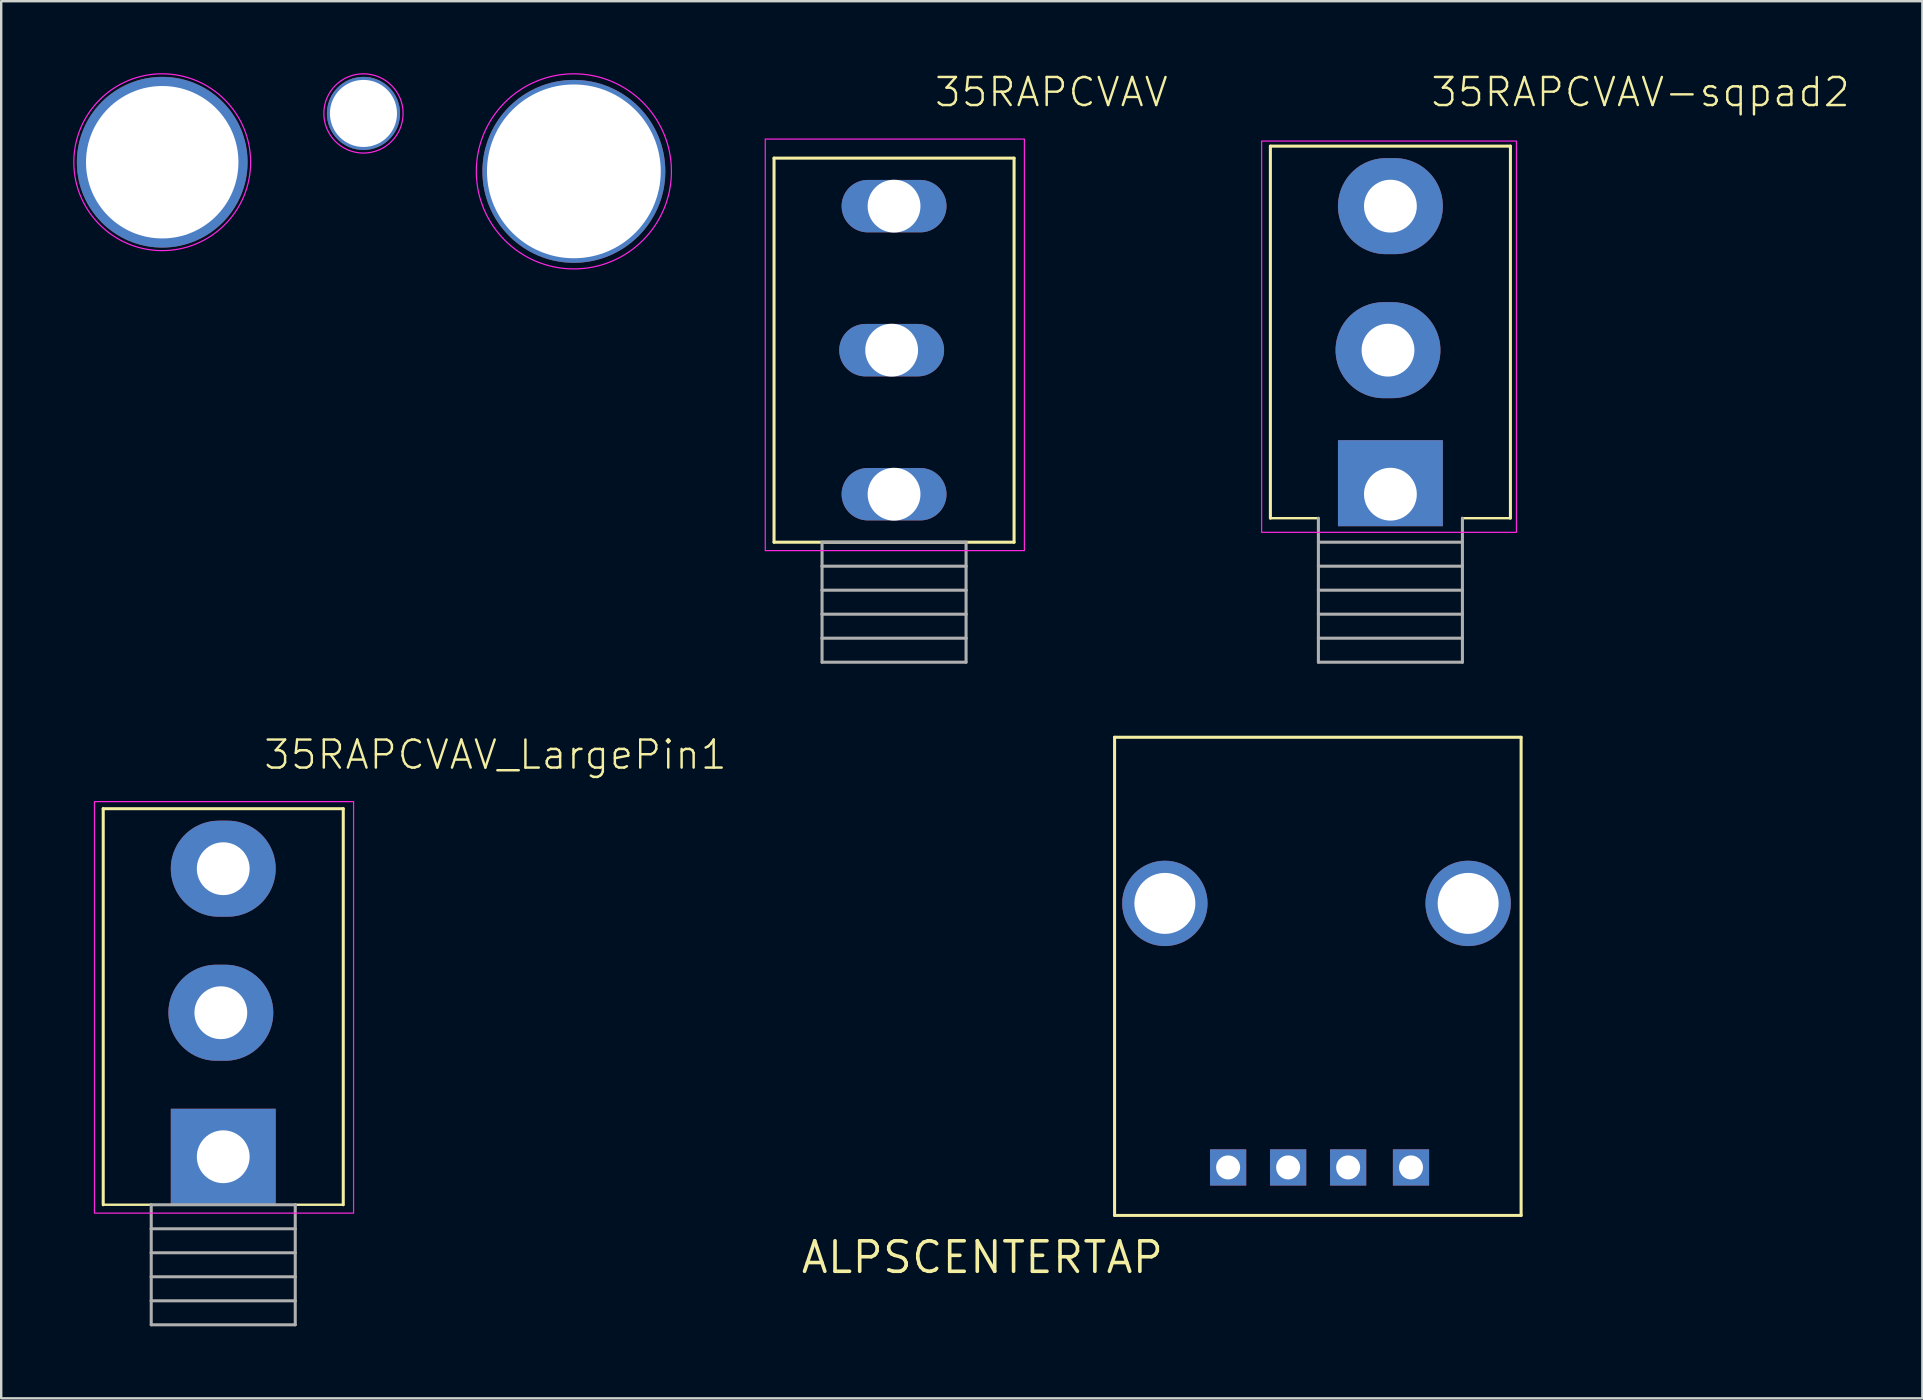
<source format=kicad_pcb>
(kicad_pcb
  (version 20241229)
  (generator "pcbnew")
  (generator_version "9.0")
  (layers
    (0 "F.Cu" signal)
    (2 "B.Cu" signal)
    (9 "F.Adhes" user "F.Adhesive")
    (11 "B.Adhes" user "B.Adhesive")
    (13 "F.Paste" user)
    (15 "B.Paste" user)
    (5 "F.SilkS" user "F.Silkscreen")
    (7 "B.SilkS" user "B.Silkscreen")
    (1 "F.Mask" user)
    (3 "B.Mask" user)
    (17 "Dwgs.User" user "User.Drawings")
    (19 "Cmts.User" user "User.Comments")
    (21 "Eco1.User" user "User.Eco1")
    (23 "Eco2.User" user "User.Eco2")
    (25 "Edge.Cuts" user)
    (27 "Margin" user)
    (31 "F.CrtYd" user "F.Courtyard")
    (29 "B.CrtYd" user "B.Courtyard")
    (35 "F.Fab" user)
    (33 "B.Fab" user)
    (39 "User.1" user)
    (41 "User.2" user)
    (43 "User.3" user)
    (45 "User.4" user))
  (footprint "15mm pot mounting hole"
    (layer "F.Cu")
    (at 20.857 4.089)
    (property "Reference" "15mm pot mounting hole" (at 0 1.801 0) (layer "User.6") (effects (font (size 1 1) (thickness 0.15))))
    (attr through_hole)
    (fp_circle (center 0 0) (end 4.064 0) (stroke (width 0.05) (type solid)) (fill no) (layer "F.CrtYd"))
    (fp_circle (center 0 0) (end 0.65 -0.05) (stroke (width 0.12) (type solid)) (fill no) (layer "F.Fab"))
    (fp_circle (center 0 0) (end 1.25 -0.05) (stroke (width 0.12) (type solid)) (fill no) (layer "F.Fab"))
    (pad "1" thru_hole circle (at 0 0) (size 7.62 7.62) (drill 7.239) (layers "*.Cu" "*.Mask")))
  (footprint "35RAPCVAV-sqpad2"
    (layer "F.Cu")
    (at 48.874 13.538)
    (property "Reference" "35RAPCVAV-sqpad2" (at 7.62 -12.065 0) (unlocked yes) (layer "F.SilkS") (effects (font (size 1.168 1.168) (thickness 0.102)) (justify left bottom)))
    (attr through_hole)
    (fp_line (start 1 -10.5) (end 1 5) (stroke (width 0.127) (type solid)) (layer "F.SilkS"))
    (fp_line (start 1 5) (end 3 5) (stroke (width 0.1) (type default)) (layer "F.SilkS"))
    (fp_line (start 11 -10.5) (end 1 -10.5) (stroke (width 0.127) (type solid)) (layer "F.SilkS"))
    (fp_line (start 11 5) (end 9 5) (stroke (width 0.1) (type default)) (layer "F.SilkS"))
    (fp_line (start 11 5) (end 11 -10.5) (stroke (width 0.127) (type solid)) (layer "F.SilkS"))
    (fp_rect (start 0.635 -10.711) (end 11.25 5.588) (stroke (width 0.05) (type default)) (fill no) (layer "F.CrtYd"))
    (fp_line (start 3 5) (end 3 7) (stroke (width 0.127) (type solid)) (layer "F.Fab"))
    (fp_line (start 3 7) (end 3 8) (stroke (width 0.127) (type solid)) (layer "F.Fab"))
    (fp_line (start 3 7) (end 9 7) (stroke (width 0.127) (type solid)) (layer "F.Fab"))
    (fp_line (start 3 8) (end 3 9) (stroke (width 0.127) (type solid)) (layer "F.Fab"))
    (fp_line (start 3 9) (end 3 10) (stroke (width 0.127) (type solid)) (layer "F.Fab"))
    (fp_line (start 3 9) (end 9 9) (stroke (width 0.127) (type solid)) (layer "F.Fab"))
    (fp_line (start 3 10) (end 3 11) (stroke (width 0.127) (type solid)) (layer "F.Fab"))
    (fp_line (start 3 11) (end 9 11) (stroke (width 0.127) (type solid)) (layer "F.Fab"))
    (fp_line (start 9 6) (end 3 6) (stroke (width 0.127) (type solid)) (layer "F.Fab"))
    (fp_line (start 9 7) (end 9 5) (stroke (width 0.127) (type solid)) (layer "F.Fab"))
    (fp_line (start 9 7) (end 9 8) (stroke (width 0.127) (type solid)) (layer "F.Fab"))
    (fp_line (start 9 8) (end 3 8) (stroke (width 0.127) (type solid)) (layer "F.Fab"))
    (fp_line (start 9 9) (end 9 8) (stroke (width 0.127) (type solid)) (layer "F.Fab"))
    (fp_line (start 9 9) (end 9 10) (stroke (width 0.127) (type solid)) (layer "F.Fab"))
    (fp_line (start 9 10) (end 3 10) (stroke (width 0.127) (type solid)) (layer "F.Fab"))
    (fp_line (start 9 11) (end 9 10) (stroke (width 0.127) (type solid)) (layer "F.Fab"))
    (pad "1" thru_hole rect (at 6 4 180) (size 4.369 3.584) (drill 2.2 (offset 0 0.458)) (layers "*.Cu" "*.Mask"))
    (pad "2" thru_hole oval (at 5.9 -2 180) (size 4.369 4) (drill 2.2) (layers "*.Cu" "*.Mask"))
    (pad "3" thru_hole oval (at 6 -8 180) (size 4.369 4) (drill 2.2) (layers "*.Cu" "*.Mask")))
  (footprint "35RAPCVAV_LargePin1"
    (layer "F.Cu")
    (at 0.25 41.14)
    (property "Reference" "35RAPCVAV_LargePin1" (at 7.62 -12.065 0) (unlocked yes) (layer "F.SilkS") (effects (font (size 1.168 1.168) (thickness 0.102)) (justify left bottom)))
    (fp_line (start 1 -10.5) (end 1 6) (stroke (width 0.127) (type solid)) (layer "F.SilkS"))
    (fp_line (start 1 6) (end 3 6) (stroke (width 0.1) (type default)) (layer "F.SilkS"))
    (fp_line (start 11 -10.5) (end 1 -10.5) (stroke (width 0.127) (type solid)) (layer "F.SilkS"))
    (fp_line (start 11 6) (end 9 6) (stroke (width 0.1) (type default)) (layer "F.SilkS"))
    (fp_line (start 11 6) (end 11 -10.5) (stroke (width 0.127) (type solid)) (layer "F.SilkS"))
    (fp_rect (start 0.635 -10.795) (end 11.43 6.35) (stroke (width 0.05) (type default)) (fill no) (layer "F.CrtYd"))
    (fp_line (start 3 6) (end 3 7) (stroke (width 0.127) (type solid)) (layer "F.Fab"))
    (fp_line (start 3 7) (end 3 8) (stroke (width 0.127) (type solid)) (layer "F.Fab"))
    (fp_line (start 3 7) (end 9 7) (stroke (width 0.127) (type solid)) (layer "F.Fab"))
    (fp_line (start 3 8) (end 3 9) (stroke (width 0.127) (type solid)) (layer "F.Fab"))
    (fp_line (start 3 9) (end 3 10) (stroke (width 0.127) (type solid)) (layer "F.Fab"))
    (fp_line (start 3 9) (end 9 9) (stroke (width 0.127) (type solid)) (layer "F.Fab"))
    (fp_line (start 3 10) (end 3 11) (stroke (width 0.127) (type solid)) (layer "F.Fab"))
    (fp_line (start 3 11) (end 9 11) (stroke (width 0.127) (type solid)) (layer "F.Fab"))
    (fp_line (start 9 6) (end 3 6) (stroke (width 0.127) (type solid)) (layer "F.Fab"))
    (fp_line (start 9 7) (end 9 6) (stroke (width 0.127) (type solid)) (layer "F.Fab"))
    (fp_line (start 9 7) (end 9 8) (stroke (width 0.127) (type solid)) (layer "F.Fab"))
    (fp_line (start 9 8) (end 3 8) (stroke (width 0.127) (type solid)) (layer "F.Fab"))
    (fp_line (start 9 9) (end 9 8) (stroke (width 0.127) (type solid)) (layer "F.Fab"))
    (fp_line (start 9 9) (end 9 10) (stroke (width 0.127) (type solid)) (layer "F.Fab"))
    (fp_line (start 9 10) (end 3 10) (stroke (width 0.127) (type solid)) (layer "F.Fab"))
    (fp_line (start 9 11) (end 9 10) (stroke (width 0.127) (type solid)) (layer "F.Fab"))
    (pad "1" thru_hole rect (at 6 4 180) (size 4.369 4) (drill 2.2) (layers "*.Cu" "*.Mask"))
    (pad "2" thru_hole oval (at 5.9 -2 180) (size 4.369 4) (drill 2.2) (layers "*.Cu" "*.Mask"))
    (pad "3" thru_hole oval (at 6 -8 180) (size 4.369 4) (drill 2.2) (layers "*.Cu" "*.Mask")))
  (footprint "35RAPCVAV"
    (layer "F.Cu")
    (at 28.196 13.538)
    (property "Reference" "35RAPCVAV" (at 7.62 -12.065 0) (unlocked yes) (layer "F.SilkS") (effects (font (size 1.168 1.168) (thickness 0.102)) (justify left bottom)))
    (fp_line (start 1 -10) (end 1 6) (stroke (width 0.127) (type solid)) (layer "F.SilkS"))
    (fp_line (start 1 6) (end 11 6) (stroke (width 0.127) (type solid)) (layer "F.SilkS"))
    (fp_line (start 11 -10) (end 1 -10) (stroke (width 0.127) (type solid)) (layer "F.SilkS"))
    (fp_line (start 11 6) (end 11 -10) (stroke (width 0.127) (type solid)) (layer "F.SilkS"))
    (fp_rect (start 0.635 -10.795) (end 11.43 6.35) (stroke (width 0.05) (type default)) (fill no) (layer "F.CrtYd"))
    (fp_line (start 3 6) (end 3 7) (stroke (width 0.127) (type solid)) (layer "F.Fab"))
    (fp_line (start 3 7) (end 3 8) (stroke (width 0.127) (type solid)) (layer "F.Fab"))
    (fp_line (start 3 7) (end 9 7) (stroke (width 0.127) (type solid)) (layer "F.Fab"))
    (fp_line (start 3 8) (end 3 9) (stroke (width 0.127) (type solid)) (layer "F.Fab"))
    (fp_line (start 3 9) (end 3 10) (stroke (width 0.127) (type solid)) (layer "F.Fab"))
    (fp_line (start 3 9) (end 9 9) (stroke (width 0.127) (type solid)) (layer "F.Fab"))
    (fp_line (start 3 10) (end 3 11) (stroke (width 0.127) (type solid)) (layer "F.Fab"))
    (fp_line (start 3 11) (end 9 11) (stroke (width 0.127) (type solid)) (layer "F.Fab"))
    (fp_line (start 9 6) (end 3 6) (stroke (width 0.127) (type solid)) (layer "F.Fab"))
    (fp_line (start 9 7) (end 9 6) (stroke (width 0.127) (type solid)) (layer "F.Fab"))
    (fp_line (start 9 7) (end 9 8) (stroke (width 0.127) (type solid)) (layer "F.Fab"))
    (fp_line (start 9 8) (end 3 8) (stroke (width 0.127) (type solid)) (layer "F.Fab"))
    (fp_line (start 9 9) (end 9 8) (stroke (width 0.127) (type solid)) (layer "F.Fab"))
    (fp_line (start 9 9) (end 9 10) (stroke (width 0.127) (type solid)) (layer "F.Fab"))
    (fp_line (start 9 10) (end 3 10) (stroke (width 0.127) (type solid)) (layer "F.Fab"))
    (fp_line (start 9 11) (end 9 10) (stroke (width 0.127) (type solid)) (layer "F.Fab"))
    (pad "1" thru_hole oval (at 6 4 180) (size 4.369 2.184) (drill 2.2) (layers "*.Cu" "*.Mask"))
    (pad "2" thru_hole oval (at 5.9 -2 180) (size 4.369 2.184) (drill 2.2) (layers "*.Cu" "*.Mask"))
    (pad "3" thru_hole oval (at 6 -8 180) (size 4.369 2.184) (drill 2.2) (layers "*.Cu" "*.Mask")))
  (footprint "3.5mm jack mounting hole"
    (layer "F.Cu")
    (at 3.708 3.708)
    (property "Reference" "3.5mm jack mounting hole" (at 0 1.801 0) (layer "User.6") (effects (font (size 1 1) (thickness 0.15))))
    (attr through_hole)
    (fp_circle (center 0 0) (end 3.683 0) (stroke (width 0.05) (type solid)) (fill no) (layer "F.CrtYd"))
    (fp_circle (center 0 0) (end 0.65 -0.05) (stroke (width 0.12) (type solid)) (fill no) (layer "F.Fab"))
    (fp_circle (center 0 0) (end 1.25 -0.05) (stroke (width 0.12) (type solid)) (fill no) (layer "F.Fab"))
    (pad "1" thru_hole circle (at 0 0) (size 7.112 7.112) (drill 6.35) (layers "*.Cu" "*.Mask")))
  (footprint "ALPSCENTERTAP"
    (layer "F.Cu")
    (at 37.875 49.331)
    (property "Reference" "ALPSCENTERTAP" (at 0 0 0) (unlocked yes) (layer "F.SilkS") (effects (font (size 1.27 1.27) (thickness 0.15))))
    (fp_line (start 5.508 -21.666) (end 5.508 -1.746) (stroke (width 0.127) (type solid)) (layer "F.SilkS"))
    (fp_line (start 5.508 -1.746) (end 22.444 -1.746) (stroke (width 0.127) (type solid)) (layer "F.SilkS"))
    (fp_line (start 22.444 -21.666) (end 5.508 -21.666) (stroke (width 0.127) (type solid)) (layer "F.SilkS"))
    (fp_line (start 22.444 -1.746) (end 22.444 -21.666) (stroke (width 0.127) (type solid)) (layer "F.SilkS"))
    (pad "P$1" thru_hole rect (at 10.238 -3.746) (size 1.508 1.508) (drill 1) (layers "*.Cu" "*.Mask"))
    (pad "P$2" thru_hole rect (at 12.738 -3.746) (size 1.508 1.508) (drill 1) (layers "*.Cu" "*.Mask"))
    (pad "P$3" thru_hole rect (at 15.238 -3.746) (size 1.508 1.508) (drill 1) (layers "*.Cu" "*.Mask"))
    (pad "P$4" thru_hole rect (at 17.857 -3.746) (size 1.508 1.508) (drill 1) (layers "*.Cu" "*.Mask"))
    (pad "P$5" thru_hole circle (at 7.603 -14.746) (size 3.556 3.556) (drill 2.54) (layers "*.Cu" "*.Mask"))
    (pad "P$6" thru_hole circle (at 20.238 -14.746) (size 3.556 3.556) (drill 2.54) (layers "*.Cu" "*.Mask")))
  (footprint "3mm mounting hole"
    (layer "F.Cu")
    (at 12.092 1.676)
    (property "Reference" "3mm mounting hole" (at 0 1.801 0) (layer "User.6") (effects (font (size 1 1) (thickness 0.15))))
    (attr through_hole)
    (fp_circle (center 0 0) (end 1.651 0) (stroke (width 0.05) (type solid)) (fill no) (layer "F.CrtYd"))
    (fp_circle (center 0 0) (end 0.65 -0.05) (stroke (width 0.12) (type solid)) (fill no) (layer "F.Fab"))
    (fp_circle (center 0 0) (end 1.25 -0.05) (stroke (width 0.12) (type solid)) (fill no) (layer "F.Fab"))
    (pad "1" thru_hole circle (at 0 0) (size 3.048 3.048) (drill 2.794) (layers "*.Cu" "*.Mask")))
  (gr_rect
    (start -3 -3)
    (end 77.035 55.203)
    (stroke (width 0.1) (type default))
    (fill no)
    (layer "Edge.Cuts")))
</source>
